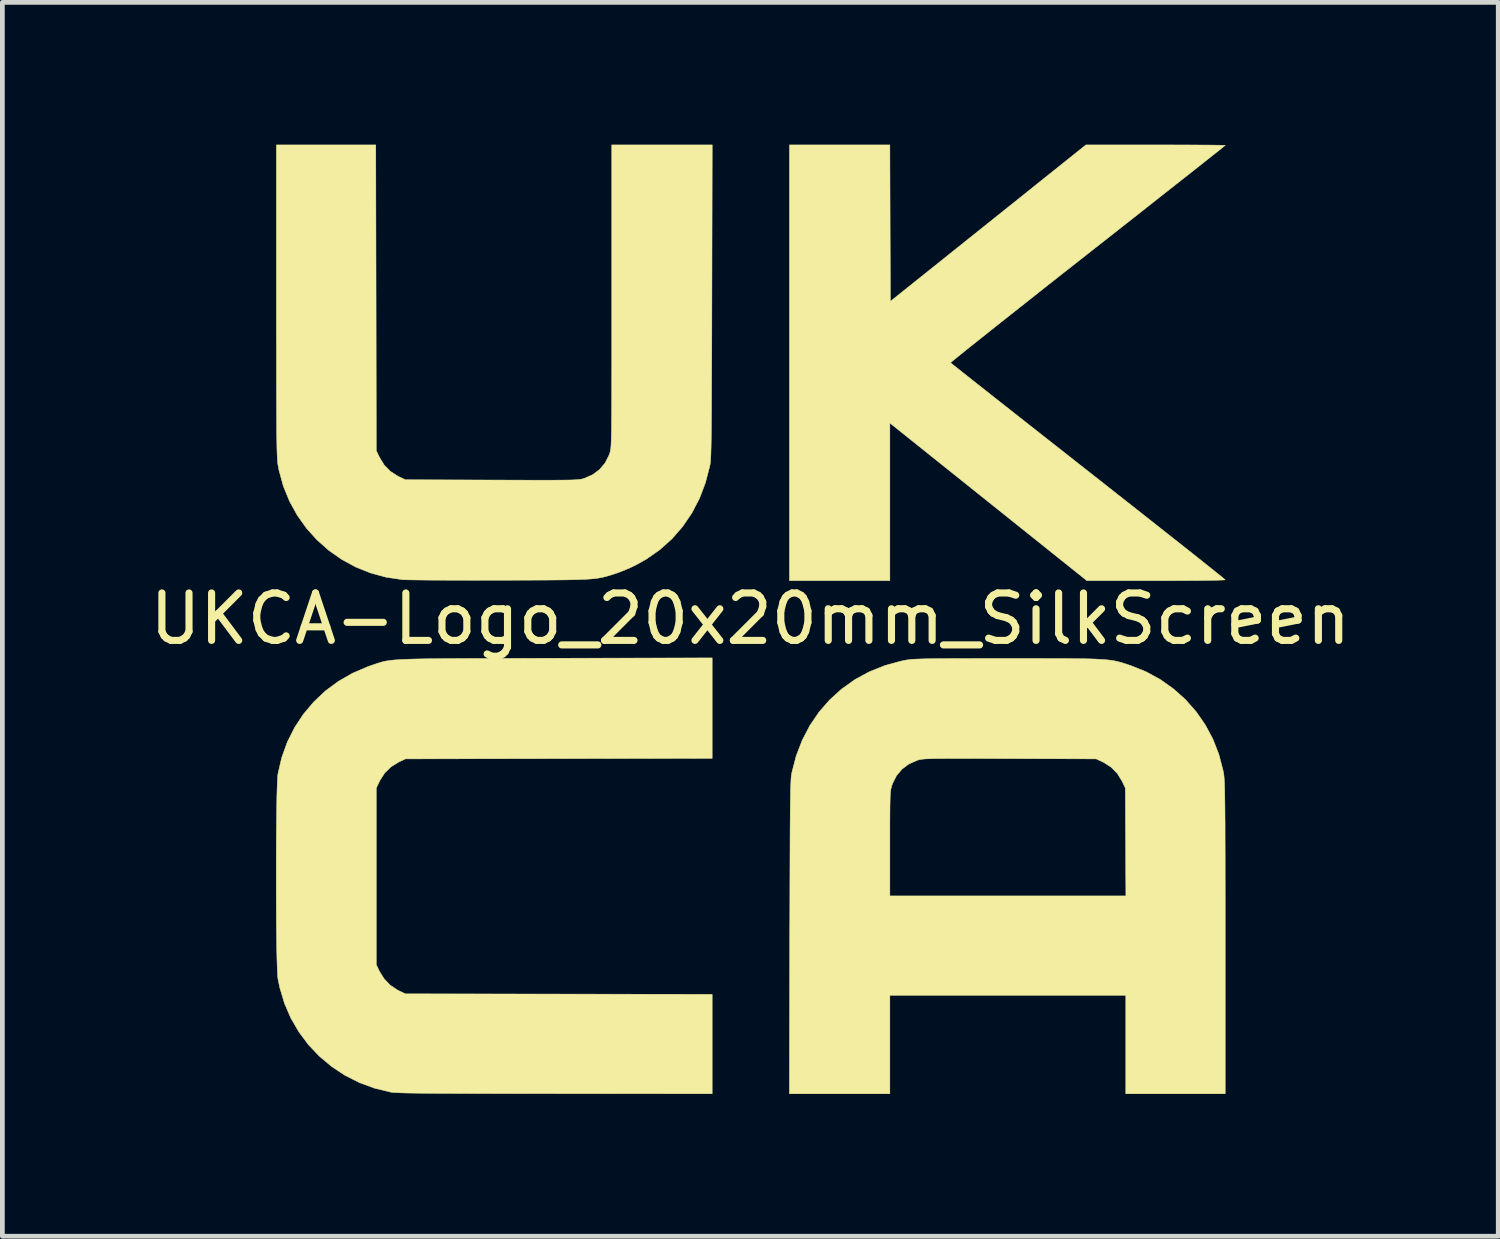
<source format=kicad_pcb>
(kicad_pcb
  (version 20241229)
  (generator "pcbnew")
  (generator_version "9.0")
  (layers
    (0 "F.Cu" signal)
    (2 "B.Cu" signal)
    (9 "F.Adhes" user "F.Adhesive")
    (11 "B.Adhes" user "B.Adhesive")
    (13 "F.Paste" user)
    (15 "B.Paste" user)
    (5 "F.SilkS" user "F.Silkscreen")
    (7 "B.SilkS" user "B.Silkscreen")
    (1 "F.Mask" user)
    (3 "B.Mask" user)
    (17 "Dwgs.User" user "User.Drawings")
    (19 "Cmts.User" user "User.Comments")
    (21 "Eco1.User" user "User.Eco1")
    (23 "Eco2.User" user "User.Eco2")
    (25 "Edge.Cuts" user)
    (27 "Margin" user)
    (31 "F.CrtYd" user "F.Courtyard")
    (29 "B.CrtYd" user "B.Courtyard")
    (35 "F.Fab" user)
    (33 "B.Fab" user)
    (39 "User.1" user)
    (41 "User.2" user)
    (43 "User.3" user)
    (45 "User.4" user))
  (footprint "UKCA-Logo_20x20mm_SilkScreen"
    (layer "F.Cu")
    (at 12.768 9.996)
    (property "Reference" "UKCA-Logo_20x20mm_SilkScreen" (at 0 0 0) (layer "F.SilkS") (effects (font (size 1 1) (thickness 0.15))))
    (attr exclude_from_pos_files exclude_from_bom)
    (fp_poly (pts (xy 2.947 -8.342) (xy 2.953 -6.693) (xy 5.014 -8.342) (xy 7.075 -9.991) (xy 8.543 -9.991) (xy 8.788 -9.991) (xy 9.021 -9.99) (xy 9.237 -9.99) (xy 9.433 -9.989) (xy 9.607 -9.988) (xy 9.754 -9.987) (xy 9.871 -9.985) (xy 9.955 -9.984) (xy 10.002 -9.983) (xy 10.012 -9.982) (xy 9.995 -9.968) (xy 9.947 -9.929) (xy 9.87 -9.867) (xy 9.763 -9.783) (xy 9.631 -9.678) (xy 9.473 -9.553) (xy 9.293 -9.41) (xy 9.09 -9.251) (xy 8.868 -9.076) (xy 8.628 -8.887) (xy 8.372 -8.685) (xy 8.101 -8.471) (xy 7.817 -8.248) (xy 7.521 -8.015) (xy 7.216 -7.776) (xy 7.112 -7.694) (xy 6.804 -7.452) (xy 6.505 -7.217) (xy 6.217 -6.99) (xy 5.942 -6.772) (xy 5.681 -6.566) (xy 5.436 -6.372) (xy 5.208 -6.192) (xy 5 -6.026) (xy 4.813 -5.877) (xy 4.648 -5.746) (xy 4.508 -5.634) (xy 4.393 -5.541) (xy 4.307 -5.471) (xy 4.25 -5.424) (xy 4.224 -5.4) (xy 4.222 -5.398) (xy 4.24 -5.384) (xy 4.289 -5.344) (xy 4.368 -5.281) (xy 4.475 -5.196) (xy 4.609 -5.09) (xy 4.767 -4.965) (xy 4.949 -4.822) (xy 5.152 -4.661) (xy 5.375 -4.486) (xy 5.615 -4.296) (xy 5.872 -4.094) (xy 6.144 -3.88) (xy 6.428 -3.657) (xy 6.724 -3.424) (xy 7.029 -3.184) (xy 7.122 -3.111) (xy 7.43 -2.869) (xy 7.728 -2.634) (xy 8.016 -2.408) (xy 8.291 -2.191) (xy 8.552 -1.985) (xy 8.797 -1.791) (xy 9.025 -1.612) (xy 9.233 -1.447) (xy 9.421 -1.298) (xy 9.585 -1.167) (xy 9.726 -1.055) (xy 9.84 -0.963) (xy 9.927 -0.894) (xy 9.984 -0.847) (xy 10.01 -0.824) (xy 10.012 -0.822) (xy 9.991 -0.819) (xy 9.932 -0.817) (xy 9.837 -0.814) (xy 9.71 -0.811) (xy 9.554 -0.809) (xy 9.373 -0.807) (xy 9.17 -0.806) (xy 8.949 -0.805) (xy 8.712 -0.804) (xy 8.554 -0.804) (xy 7.096 -0.804) (xy 5.019 -2.466) (xy 2.942 -4.128) (xy 2.942 -0.804) (xy 0.826 -0.804) (xy 0.826 -9.991) (xy 2.942 -9.991) (xy 2.947 -8.342)) (stroke (width 0.01) (type solid)) (fill yes) (layer "F.SilkS"))
    (fp_poly (pts (xy -0.804 2.942) (xy -4.038 2.947) (xy -7.271 2.953) (xy -7.413 3.02) (xy -7.574 3.119) (xy -7.707 3.249) (xy -7.809 3.408) (xy -7.817 3.425) (xy -7.885 3.567) (xy -7.885 7.292) (xy -7.819 7.43) (xy -7.722 7.586) (xy -7.594 7.721) (xy -7.441 7.824) (xy -7.408 7.841) (xy -7.271 7.906) (xy -4.038 7.911) (xy -0.804 7.917) (xy -0.804 10.012) (xy -4.112 10.01) (xy -4.565 10.01) (xy -4.977 10.009) (xy -5.351 10.009) (xy -5.688 10.008) (xy -5.991 10.007) (xy -6.26 10.006) (xy -6.498 10.005) (xy -6.707 10.004) (xy -6.888 10.002) (xy -7.044 10) (xy -7.176 9.998) (xy -7.287 9.996) (xy -7.377 9.993) (xy -7.449 9.99) (xy -7.505 9.987) (xy -7.547 9.983) (xy -7.576 9.979) (xy -7.578 9.979) (xy -7.92 9.896) (xy -8.244 9.777) (xy -8.548 9.623) (xy -8.83 9.436) (xy -9.087 9.22) (xy -9.317 8.977) (xy -9.518 8.708) (xy -9.687 8.416) (xy -9.822 8.103) (xy -9.921 7.772) (xy -9.958 7.591) (xy -9.965 7.532) (xy -9.97 7.435) (xy -9.975 7.304) (xy -9.98 7.141) (xy -9.984 6.952) (xy -9.987 6.739) (xy -9.99 6.507) (xy -9.992 6.259) (xy -9.993 5.999) (xy -9.994 5.731) (xy -9.994 5.459) (xy -9.994 5.186) (xy -9.993 4.917) (xy -9.992 4.655) (xy -9.99 4.404) (xy -9.987 4.168) (xy -9.984 3.951) (xy -9.981 3.756) (xy -9.976 3.587) (xy -9.971 3.449) (xy -9.966 3.344) (xy -9.96 3.277) (xy -9.958 3.268) (xy -9.879 2.926) (xy -9.762 2.601) (xy -9.609 2.295) (xy -9.423 2.012) (xy -9.205 1.753) (xy -8.958 1.52) (xy -8.683 1.317) (xy -8.383 1.145) (xy -8.06 1.007) (xy -7.994 0.984) (xy -7.939 0.965) (xy -7.889 0.948) (xy -7.843 0.933) (xy -7.799 0.919) (xy -7.753 0.906) (xy -7.705 0.895) (xy -7.651 0.886) (xy -7.591 0.877) (xy -7.521 0.869) (xy -7.44 0.863) (xy -7.345 0.857) (xy -7.235 0.852) (xy -7.107 0.848) (xy -6.959 0.845) (xy -6.789 0.842) (xy -6.594 0.84) (xy -6.374 0.838) (xy -6.125 0.837) (xy -5.846 0.836) (xy -5.534 0.835) (xy -5.188 0.834) (xy -4.805 0.833) (xy -4.382 0.832) (xy -4.112 0.831) (xy -0.804 0.824) (xy -0.804 2.942)) (stroke (width 0.01) (type solid)) (fill yes) (layer "F.SilkS"))
    (fp_poly (pts (xy 6.084 0.836) (xy 6.356 0.837) (xy 6.593 0.837) (xy 6.8 0.839) (xy 6.98 0.841) (xy 7.134 0.844) (xy 7.266 0.848) (xy 7.38 0.854) (xy 7.477 0.861) (xy 7.561 0.869) (xy 7.635 0.879) (xy 7.701 0.891) (xy 7.763 0.906) (xy 7.823 0.922) (xy 7.885 0.941) (xy 7.951 0.963) (xy 8.015 0.984) (xy 8.34 1.114) (xy 8.643 1.279) (xy 8.921 1.476) (xy 9.174 1.702) (xy 9.398 1.956) (xy 9.591 2.234) (xy 9.752 2.534) (xy 9.877 2.854) (xy 9.965 3.19) (xy 9.98 3.268) (xy 9.984 3.297) (xy 9.988 3.334) (xy 9.991 3.381) (xy 9.995 3.438) (xy 9.998 3.509) (xy 10 3.596) (xy 10.002 3.699) (xy 10.004 3.823) (xy 10.006 3.967) (xy 10.007 4.135) (xy 10.009 4.329) (xy 10.009 4.55) (xy 10.01 4.801) (xy 10.011 5.083) (xy 10.011 5.398) (xy 10.012 5.75) (xy 10.012 6.138) (xy 10.012 6.567) (xy 10.012 6.734) (xy 10.012 10.012) (xy 7.916 10.012) (xy 7.916 7.938) (xy 2.942 7.938) (xy 2.942 10.012) (xy 0.824 10.012) (xy 0.831 6.715) (xy 0.833 6.274) (xy 0.834 5.874) (xy 0.835 5.512) (xy 0.836 5.186) (xy 0.837 4.894) (xy 0.838 4.742) (xy 2.942 4.742) (xy 2.942 5.842) (xy 7.918 5.842) (xy 7.912 4.704) (xy 7.906 3.567) (xy 7.839 3.425) (xy 7.739 3.263) (xy 7.609 3.13) (xy 7.451 3.028) (xy 7.434 3.02) (xy 7.292 2.953) (xy 5.472 2.947) (xy 5.152 2.946) (xy 4.872 2.945) (xy 4.629 2.944) (xy 4.419 2.944) (xy 4.241 2.944) (xy 4.09 2.945) (xy 3.965 2.946) (xy 3.862 2.947) (xy 3.779 2.95) (xy 3.713 2.952) (xy 3.661 2.956) (xy 3.62 2.96) (xy 3.587 2.965) (xy 3.559 2.971) (xy 3.534 2.978) (xy 3.514 2.985) (xy 3.342 3.061) (xy 3.198 3.169) (xy 3.082 3.307) (xy 2.999 3.472) (xy 2.986 3.509) (xy 2.976 3.54) (xy 2.968 3.572) (xy 2.961 3.608) (xy 2.956 3.652) (xy 2.951 3.709) (xy 2.948 3.781) (xy 2.946 3.873) (xy 2.944 3.989) (xy 2.943 4.132) (xy 2.942 4.306) (xy 2.942 4.516) (xy 2.942 4.742) (xy 0.838 4.742) (xy 0.838 4.635) (xy 0.839 4.405) (xy 0.841 4.204) (xy 0.842 4.028) (xy 0.844 3.877) (xy 0.846 3.747) (xy 0.848 3.637) (xy 0.851 3.545) (xy 0.854 3.469) (xy 0.857 3.407) (xy 0.86 3.356) (xy 0.864 3.315) (xy 0.868 3.282) (xy 0.873 3.254) (xy 0.875 3.244) (xy 0.967 2.89) (xy 1.095 2.558) (xy 1.256 2.249) (xy 1.449 1.965) (xy 1.673 1.709) (xy 1.924 1.481) (xy 2.202 1.283) (xy 2.505 1.118) (xy 2.832 0.986) (xy 3.179 0.891) (xy 3.266 0.873) (xy 3.302 0.867) (xy 3.342 0.861) (xy 3.388 0.856) (xy 3.443 0.852) (xy 3.509 0.849) (xy 3.591 0.846) (xy 3.69 0.843) (xy 3.809 0.841) (xy 3.951 0.839) (xy 4.118 0.838) (xy 4.314 0.837) (xy 4.542 0.837) (xy 4.803 0.836) (xy 5.102 0.836) (xy 5.429 0.836) (xy 5.776 0.836) (xy 6.084 0.836)) (stroke (width 0.01) (type solid)) (fill yes) (layer "F.SilkS"))
    (fp_poly (pts (xy -7.89 -6.768) (xy -7.885 -3.545) (xy -7.817 -3.404) (xy -7.718 -3.242) (xy -7.588 -3.109) (xy -7.429 -3.007) (xy -7.413 -2.999) (xy -7.271 -2.932) (xy -5.45 -2.926) (xy -5.131 -2.925) (xy -4.851 -2.924) (xy -4.608 -2.923) (xy -4.398 -2.923) (xy -4.219 -2.923) (xy -4.069 -2.924) (xy -3.944 -2.925) (xy -3.841 -2.926) (xy -3.758 -2.928) (xy -3.692 -2.931) (xy -3.64 -2.935) (xy -3.599 -2.939) (xy -3.566 -2.944) (xy -3.538 -2.95) (xy -3.513 -2.957) (xy -3.493 -2.964) (xy -3.321 -3.04) (xy -3.177 -3.148) (xy -3.061 -3.286) (xy -2.978 -3.451) (xy -2.965 -3.488) (xy -2.959 -3.506) (xy -2.953 -3.525) (xy -2.949 -3.547) (xy -2.944 -3.573) (xy -2.94 -3.607) (xy -2.937 -3.649) (xy -2.934 -3.703) (xy -2.932 -3.77) (xy -2.929 -3.851) (xy -2.927 -3.95) (xy -2.926 -4.069) (xy -2.925 -4.209) (xy -2.924 -4.372) (xy -2.923 -4.561) (xy -2.922 -4.778) (xy -2.922 -5.024) (xy -2.921 -5.302) (xy -2.921 -5.614) (xy -2.921 -5.962) (xy -2.921 -6.348) (xy -2.921 -6.774) (xy -2.921 -9.991) (xy -0.803 -9.991) (xy -0.81 -6.694) (xy -0.811 -6.253) (xy -0.812 -5.853) (xy -0.813 -5.491) (xy -0.815 -5.165) (xy -0.816 -4.873) (xy -0.817 -4.614) (xy -0.818 -4.384) (xy -0.82 -4.183) (xy -0.821 -4.007) (xy -0.823 -3.856) (xy -0.825 -3.726) (xy -0.827 -3.616) (xy -0.83 -3.524) (xy -0.832 -3.448) (xy -0.836 -3.386) (xy -0.839 -3.335) (xy -0.843 -3.294) (xy -0.847 -3.261) (xy -0.852 -3.233) (xy -0.854 -3.223) (xy -0.946 -2.868) (xy -1.073 -2.536) (xy -1.234 -2.227) (xy -1.428 -1.943) (xy -1.653 -1.685) (xy -1.909 -1.456) (xy -2.194 -1.257) (xy -2.406 -1.138) (xy -2.522 -1.082) (xy -2.65 -1.027) (xy -2.773 -0.979) (xy -2.842 -0.955) (xy -2.913 -0.932) (xy -2.976 -0.912) (xy -3.036 -0.895) (xy -3.095 -0.88) (xy -3.156 -0.867) (xy -3.222 -0.856) (xy -3.296 -0.846) (xy -3.381 -0.839) (xy -3.48 -0.833) (xy -3.596 -0.828) (xy -3.732 -0.824) (xy -3.892 -0.821) (xy -4.077 -0.819) (xy -4.292 -0.817) (xy -4.539 -0.816) (xy -4.821 -0.815) (xy -5.141 -0.814) (xy -5.271 -0.814) (xy -5.553 -0.814) (xy -5.828 -0.813) (xy -6.09 -0.814) (xy -6.336 -0.814) (xy -6.564 -0.815) (xy -6.769 -0.816) (xy -6.948 -0.818) (xy -7.099 -0.82) (xy -7.216 -0.822) (xy -7.297 -0.824) (xy -7.334 -0.826) (xy -7.678 -0.877) (xy -8.007 -0.967) (xy -8.32 -1.092) (xy -8.614 -1.252) (xy -8.887 -1.443) (xy -9.136 -1.664) (xy -9.358 -1.911) (xy -9.552 -2.184) (xy -9.714 -2.478) (xy -9.843 -2.793) (xy -9.935 -3.126) (xy -9.958 -3.247) (xy -9.963 -3.276) (xy -9.967 -3.313) (xy -9.97 -3.359) (xy -9.973 -3.417) (xy -9.976 -3.488) (xy -9.979 -3.574) (xy -9.981 -3.678) (xy -9.983 -3.801) (xy -9.985 -3.946) (xy -9.986 -4.114) (xy -9.987 -4.308) (xy -9.988 -4.529) (xy -9.989 -4.779) (xy -9.99 -5.062) (xy -9.99 -5.377) (xy -9.99 -5.728) (xy -9.991 -6.117) (xy -9.991 -6.545) (xy -9.991 -6.713) (xy -9.991 -9.991) (xy -7.896 -9.991) (xy -7.89 -6.768)) (stroke (width 0.01) (type solid)) (fill yes) (layer "F.SilkS")))
  (gr_rect
    (start -3 -3)
    (end 28.536 23.012)
    (stroke (width 0.1) (type default))
    (fill no)
    (layer "Edge.Cuts")))
</source>
